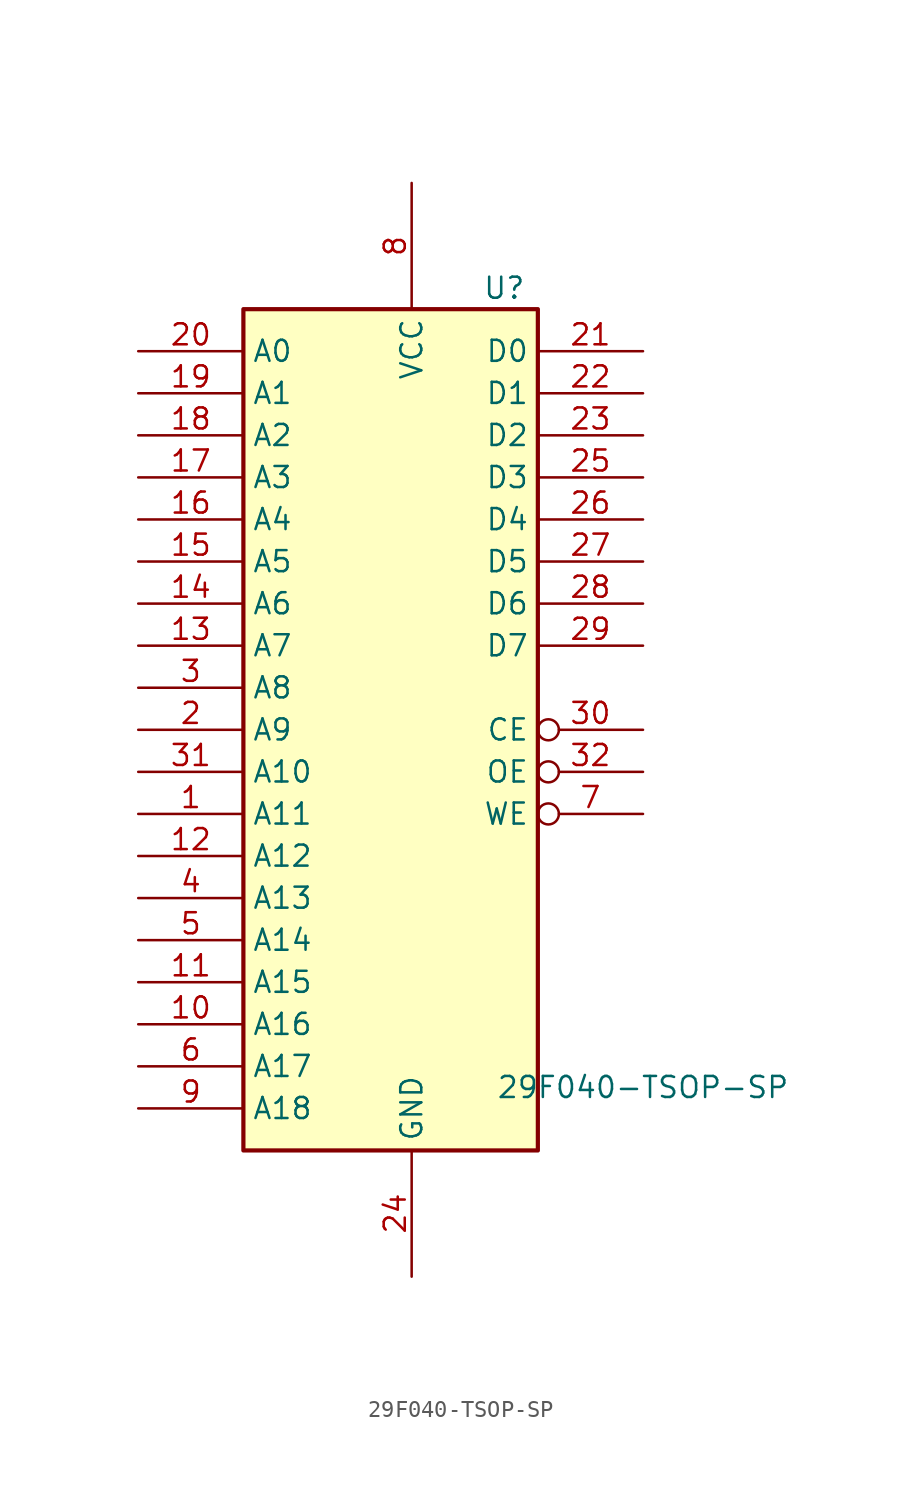
<source format=kicad_sym>
(kicad_symbol_lib
  (version 20211014)
  (generator kicad_symbol_editor)
  (symbol "29F040-TSOP-SP"
    (property "Reference" "U"
      (at 6.858 24.13 0)
      (effects (font (size 1.27 1.27))))
    (property "Value" "29F040-TSOP-SP"
      (at 15.24 -24.13 0)
      (effects (font (size 1.27 1.27))))
    (symbol "29F040-TSOP-SP_0_1"
      (rectangle (start -8.89 22.86) (end 8.89 -27.94) (stroke (width 0.254) (type default) (color 0 0 0 0)) (fill (type background))))
    (symbol "29F040-TSOP-SP_1_1"
      (pin input line (at -15.24 -7.62 0) (length 6.35) (name "A11" (effects (font (size 1.27 1.27)))) (number "1" (effects (font (size 1.27 1.27)))))
      (pin input line (at -15.24 -20.32 0) (length 6.35) (name "A16" (effects (font (size 1.27 1.27)))) (number "10" (effects (font (size 1.27 1.27)))))
      (pin input line (at -15.24 -17.78 0) (length 6.35) (name "A15" (effects (font (size 1.27 1.27)))) (number "11" (effects (font (size 1.27 1.27)))))
      (pin input line (at -15.24 -10.16 0) (length 6.35) (name "A12" (effects (font (size 1.27 1.27)))) (number "12" (effects (font (size 1.27 1.27)))))
      (pin input line (at -15.24 2.54 0) (length 6.35) (name "A7" (effects (font (size 1.27 1.27)))) (number "13" (effects (font (size 1.27 1.27)))))
      (pin input line (at -15.24 5.08 0) (length 6.35) (name "A6" (effects (font (size 1.27 1.27)))) (number "14" (effects (font (size 1.27 1.27)))))
      (pin input line (at -15.24 7.62 0) (length 6.35) (name "A5" (effects (font (size 1.27 1.27)))) (number "15" (effects (font (size 1.27 1.27)))))
      (pin input line (at -15.24 10.16 0) (length 6.35) (name "A4" (effects (font (size 1.27 1.27)))) (number "16" (effects (font (size 1.27 1.27)))))
      (pin input line (at -15.24 12.7 0) (length 6.35) (name "A3" (effects (font (size 1.27 1.27)))) (number "17" (effects (font (size 1.27 1.27)))))
      (pin input line (at -15.24 15.24 0) (length 6.35) (name "A2" (effects (font (size 1.27 1.27)))) (number "18" (effects (font (size 1.27 1.27)))))
      (pin input line (at -15.24 17.78 0) (length 6.35) (name "A1" (effects (font (size 1.27 1.27)))) (number "19" (effects (font (size 1.27 1.27)))))
      (pin input line (at -15.24 -2.54 0) (length 6.35) (name "A9" (effects (font (size 1.27 1.27)))) (number "2" (effects (font (size 1.27 1.27)))))
      (pin input line (at -15.24 20.32 0) (length 6.35) (name "A0" (effects (font (size 1.27 1.27)))) (number "20" (effects (font (size 1.27 1.27)))))
      (pin tri_state line (at 15.24 20.32 180) (length 6.35) (name "D0" (effects (font (size 1.27 1.27)))) (number "21" (effects (font (size 1.27 1.27)))))
      (pin tri_state line (at 15.24 17.78 180) (length 6.35) (name "D1" (effects (font (size 1.27 1.27)))) (number "22" (effects (font (size 1.27 1.27)))))
      (pin tri_state line (at 15.24 15.24 180) (length 6.35) (name "D2" (effects (font (size 1.27 1.27)))) (number "23" (effects (font (size 1.27 1.27)))))
      (pin input line (at 1.27 -35.56 90) (length 7.62) (name "GND" (effects (font (size 1.27 1.27)))) (number "24" (effects (font (size 1.27 1.27)))))
      (pin tri_state line (at 15.24 12.7 180) (length 6.35) (name "D3" (effects (font (size 1.27 1.27)))) (number "25" (effects (font (size 1.27 1.27)))))
      (pin tri_state line (at 15.24 10.16 180) (length 6.35) (name "D4" (effects (font (size 1.27 1.27)))) (number "26" (effects (font (size 1.27 1.27)))))
      (pin tri_state line (at 15.24 7.62 180) (length 6.35) (name "D5" (effects (font (size 1.27 1.27)))) (number "27" (effects (font (size 1.27 1.27)))))
      (pin tri_state line (at 15.24 5.08 180) (length 6.35) (name "D6" (effects (font (size 1.27 1.27)))) (number "28" (effects (font (size 1.27 1.27)))))
      (pin tri_state line (at 15.24 2.54 180) (length 6.35) (name "D7" (effects (font (size 1.27 1.27)))) (number "29" (effects (font (size 1.27 1.27)))))
      (pin input line (at -15.24 0 0) (length 6.35) (name "A8" (effects (font (size 1.27 1.27)))) (number "3" (effects (font (size 1.27 1.27)))))
      (pin input inverted (at 15.24 -2.54 180) (length 6.35) (name "CE" (effects (font (size 1.27 1.27)))) (number "30" (effects (font (size 1.27 1.27)))))
      (pin input line (at -15.24 -5.08 0) (length 6.35) (name "A10" (effects (font (size 1.27 1.27)))) (number "31" (effects (font (size 1.27 1.27)))))
      (pin input inverted (at 15.24 -5.08 180) (length 6.35) (name "OE" (effects (font (size 1.27 1.27)))) (number "32" (effects (font (size 1.27 1.27)))))
      (pin input line (at -15.24 -12.7 0) (length 6.35) (name "A13" (effects (font (size 1.27 1.27)))) (number "4" (effects (font (size 1.27 1.27)))))
      (pin input line (at -15.24 -15.24 0) (length 6.35) (name "A14" (effects (font (size 1.27 1.27)))) (number "5" (effects (font (size 1.27 1.27)))))
      (pin input line (at -15.24 -22.86 0) (length 6.35) (name "A17" (effects (font (size 1.27 1.27)))) (number "6" (effects (font (size 1.27 1.27)))))
      (pin input inverted (at 15.24 -7.62 180) (length 6.35) (name "WE" (effects (font (size 1.27 1.27)))) (number "7" (effects (font (size 1.27 1.27)))))
      (pin input line (at 1.27 30.48 270) (length 7.62) (name "VCC" (effects (font (size 1.27 1.27)))) (number "8" (effects (font (size 1.27 1.27)))))
      (pin input line (at -15.24 -25.4 0) (length 6.35) (name "A18" (effects (font (size 1.27 1.27)))) (number "9" (effects (font (size 1.27 1.27))))))))
</source>
